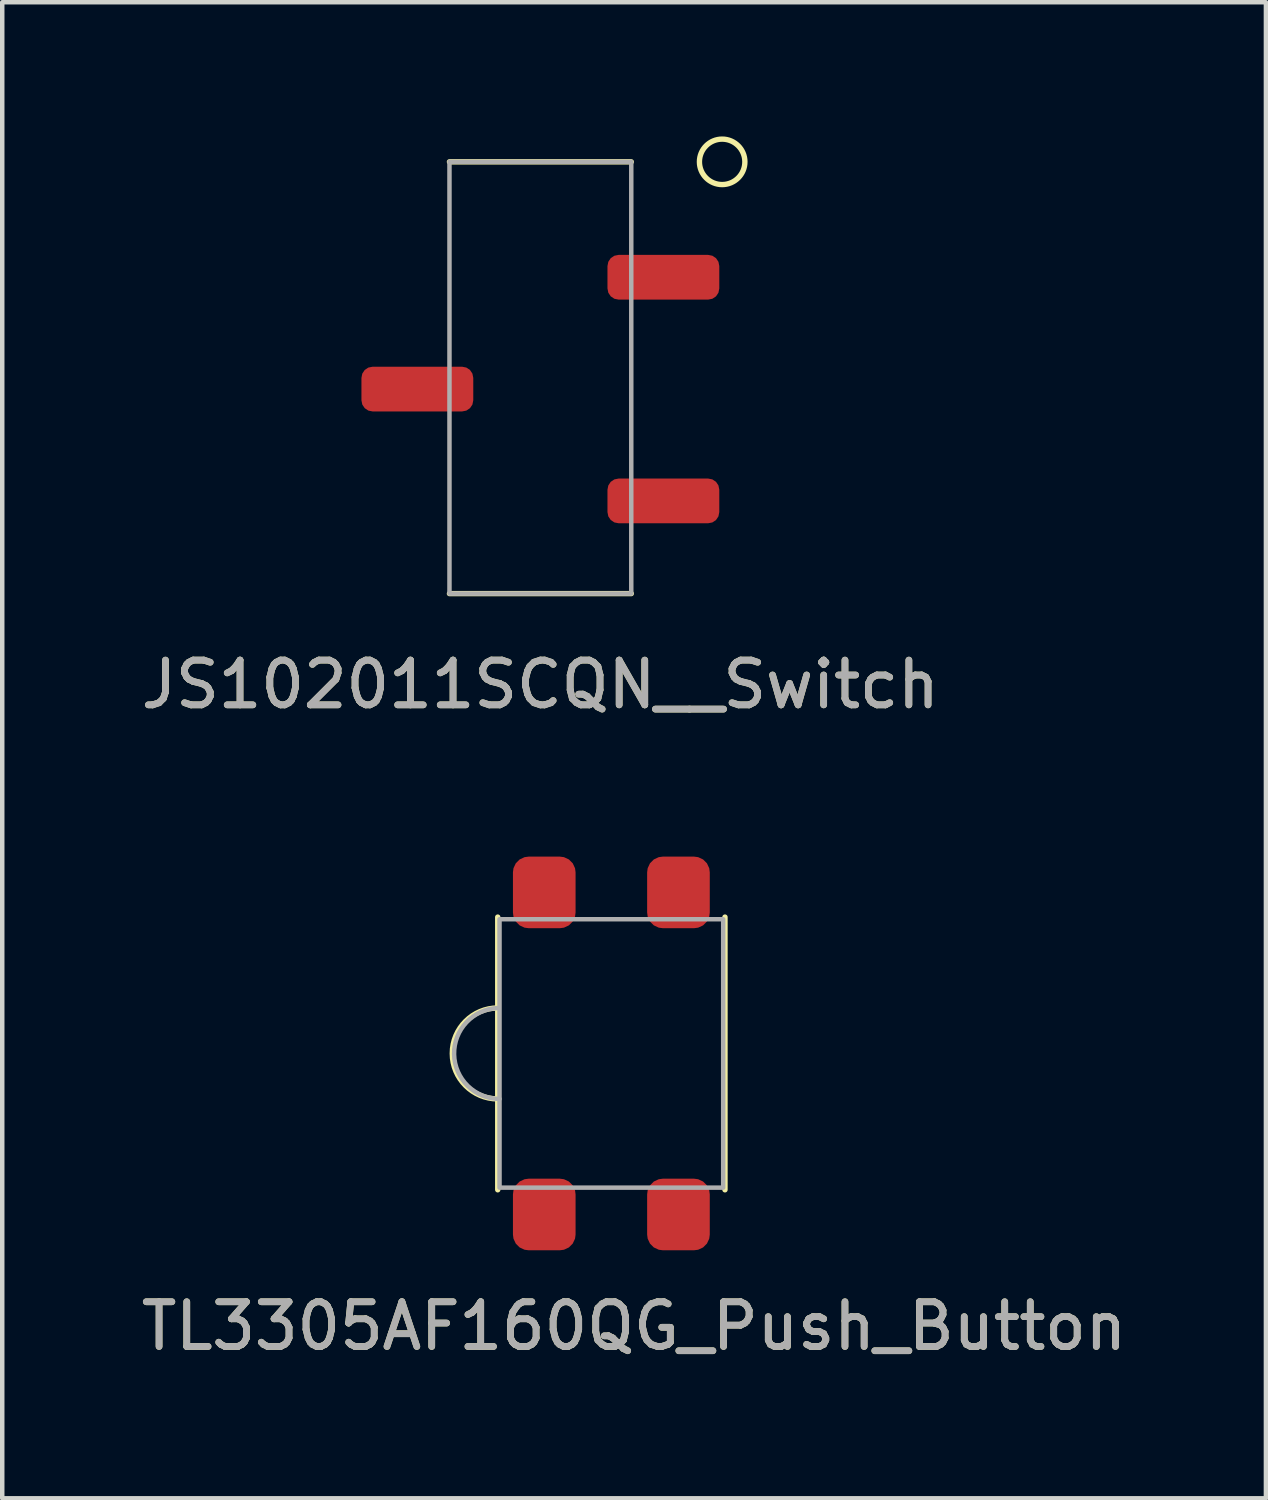
<source format=kicad_pcb>
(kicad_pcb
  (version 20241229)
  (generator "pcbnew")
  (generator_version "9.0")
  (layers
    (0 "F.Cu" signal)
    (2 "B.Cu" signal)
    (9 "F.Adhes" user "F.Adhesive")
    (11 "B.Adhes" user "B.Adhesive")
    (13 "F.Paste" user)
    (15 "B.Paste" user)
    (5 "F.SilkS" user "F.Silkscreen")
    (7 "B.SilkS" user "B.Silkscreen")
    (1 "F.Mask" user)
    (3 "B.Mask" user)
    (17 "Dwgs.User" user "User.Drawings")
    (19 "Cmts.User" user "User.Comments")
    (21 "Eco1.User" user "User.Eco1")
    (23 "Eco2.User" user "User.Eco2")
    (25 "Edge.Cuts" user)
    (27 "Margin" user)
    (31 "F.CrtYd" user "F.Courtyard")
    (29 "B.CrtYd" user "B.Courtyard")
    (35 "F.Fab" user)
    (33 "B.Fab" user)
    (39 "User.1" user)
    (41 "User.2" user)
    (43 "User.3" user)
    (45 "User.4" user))
  (footprint "TL3305AF160QG_Push_Button"
    (layer "F.Cu")
    (at 10.617 20.5)
    (property "Reference" "TL3305AF160QG_Push_Button" (at 0.508 6.096 0) (unlocked yes) (layer "F.SilkS") (effects (font (size 1 1) (thickness 0.15))))
    (attr smd)
    (fp_line (start -2.54 -3.048) (end -2.54 3.048) (stroke (width 0.12) (type solid)) (layer "F.SilkS"))
    (fp_line (start 2.54 -3.048) (end 2.54 3.048) (stroke (width 0.12) (type solid)) (layer "F.SilkS"))
    (fp_arc (start -2.54 1.016) (mid -3.556 0) (end -2.54 -1.016) (stroke (width 0.12) (type solid)) (layer "F.SilkS"))
    (fp_rect (start -2.5 -3) (end 2.5 3) (stroke (width 0.1) (type solid)) (fill no) (layer "F.Fab"))
    (fp_arc (start -2.5 1.016) (mid -3.515803 0.019988) (end -2.539969 -1.015214) (stroke (width 0.1) (type solid)) (layer "F.Fab"))
    (fp_text user "${REFERENCE}" (at 0.508 6.096 0) (unlocked yes) (layer "F.Fab") (effects (font (size 1 1) (thickness 0.15))))
    (pad "1" smd roundrect (at -1.5 -3.6) (size 1.4 1.6) (layers "F.Cu" "F.Mask" "F.Paste") (roundrect_rratio 0.25))
    (pad "1" smd roundrect (at -1.5 3.6) (size 1.4 1.6) (layers "F.Cu" "F.Mask" "F.Paste") (roundrect_rratio 0.25))
    (pad "2" smd roundrect (at 1.5 -3.6) (size 1.4 1.6) (layers "F.Cu" "F.Mask" "F.Paste") (roundrect_rratio 0.25))
    (pad "2" smd roundrect (at 1.5 3.6 180) (size 1.4 1.6) (layers "F.Cu" "F.Mask" "F.Paste") (roundrect_rratio 0.25)))
  (footprint "JS102011SCQN__Switch"
    (layer "F.Cu")
    (at 9.03 5.648)
    (property "Reference" "JS102011SCQN__Switch" (at 0 6.604 0) (unlocked yes) (layer "F.SilkS") (effects (font (size 1 1) (thickness 0.15))))
    (attr smd)
    (fp_line (start 2.032 -5.08) (end -2.032 -5.08) (stroke (width 0.12) (type solid)) (layer "F.SilkS"))
    (fp_line (start 2.032 4.572) (end -2.032 4.572) (stroke (width 0.12) (type solid)) (layer "F.SilkS"))
    (fp_circle (center 4.064 -5.08) (end 4.572 -5.08) (stroke (width 0.12) (type solid)) (fill no) (layer "F.SilkS"))
    (fp_rect (start -2.032 -5.08) (end 2.032 4.572) (stroke (width 0.1) (type solid)) (fill no) (layer "F.Fab"))
    (fp_text user "${REFERENCE}" (at 0 6.604 0) (unlocked yes) (layer "F.Fab") (effects (font (size 1 1) (thickness 0.15))))
    (pad "1" smd roundrect (at 2.75 -2.5 90) (size 1 2.5) (layers "F.Cu" "F.Mask" "F.Paste") (roundrect_rratio 0.25))
    (pad "2" smd roundrect (at -2.75 0 90) (size 1 2.5) (layers "F.Cu" "F.Mask" "F.Paste") (roundrect_rratio 0.25))
    (pad "3" smd roundrect (at 2.75 2.5 90) (size 1 2.5) (layers "F.Cu" "F.Mask" "F.Paste") (roundrect_rratio 0.25)))
  (gr_rect
    (start -3 -3)
    (end 25.25 30.445)
    (stroke (width 0.1) (type default))
    (fill no)
    (layer "Edge.Cuts")))
</source>
